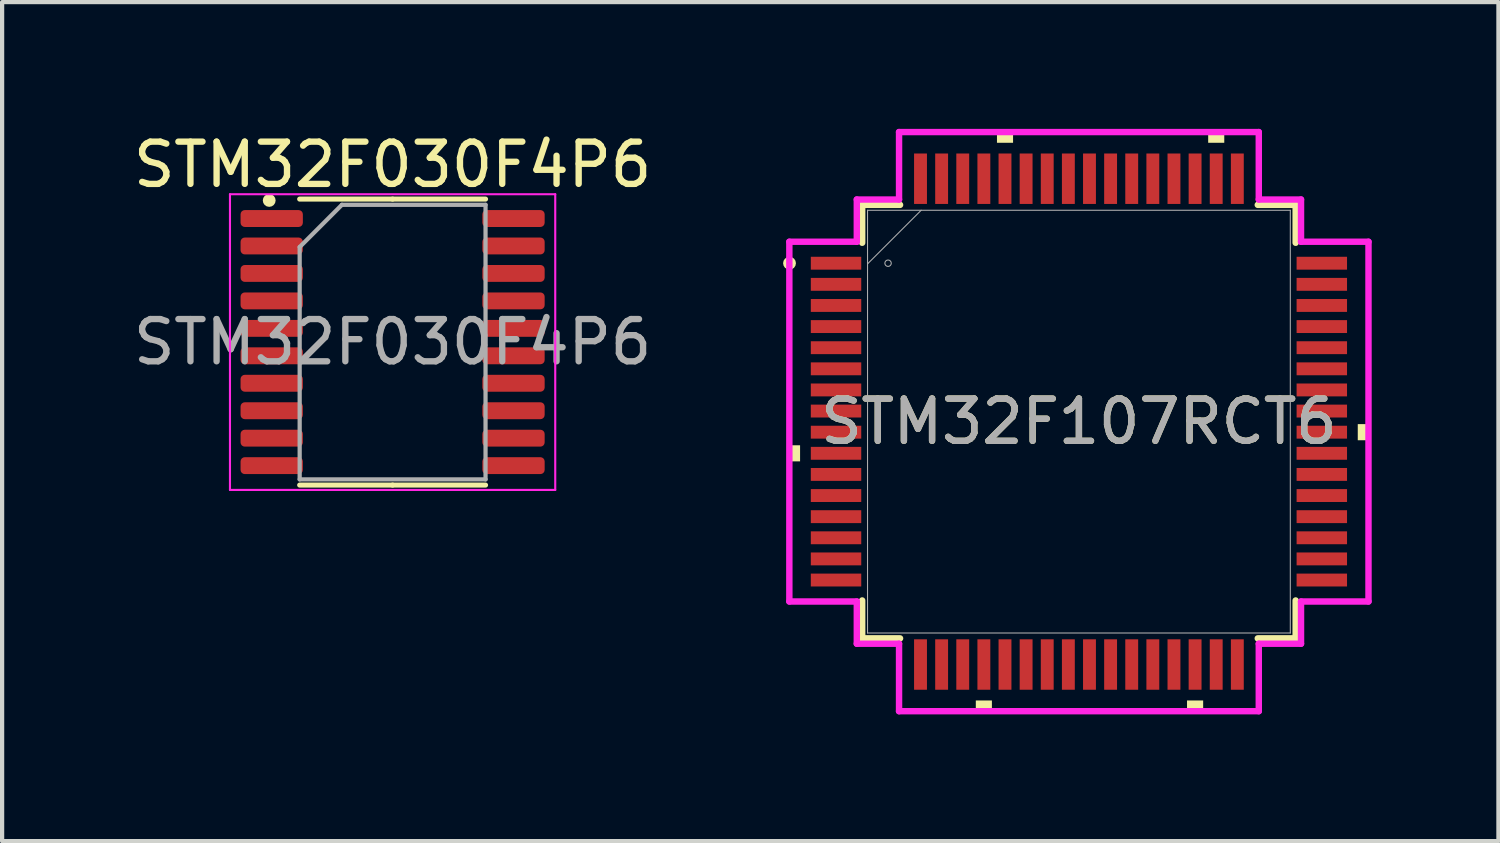
<source format=kicad_pcb>
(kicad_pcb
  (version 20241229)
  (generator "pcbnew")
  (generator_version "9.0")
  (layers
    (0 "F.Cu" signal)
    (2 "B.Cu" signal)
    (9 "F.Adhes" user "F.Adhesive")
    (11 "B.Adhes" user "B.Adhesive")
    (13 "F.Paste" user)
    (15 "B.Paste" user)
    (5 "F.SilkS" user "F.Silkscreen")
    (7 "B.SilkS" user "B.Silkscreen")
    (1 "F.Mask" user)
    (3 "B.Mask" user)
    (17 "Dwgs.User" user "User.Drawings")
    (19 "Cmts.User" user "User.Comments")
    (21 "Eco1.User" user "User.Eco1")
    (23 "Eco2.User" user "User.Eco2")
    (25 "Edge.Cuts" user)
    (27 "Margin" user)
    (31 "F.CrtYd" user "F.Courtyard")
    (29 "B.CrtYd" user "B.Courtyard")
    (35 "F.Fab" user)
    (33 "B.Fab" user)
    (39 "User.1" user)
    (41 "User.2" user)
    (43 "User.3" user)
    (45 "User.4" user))
  (footprint "STM32F030F4P6"
    (layer "F.Cu")
    (at 6.244 5.048)
    (property "Reference" "STM32F030F4P6" (at 0 -4.2 0) (layer "F.SilkS") (effects (font (size 1 1) (thickness 0.15))))
    (attr smd)
    (fp_line (start 0 -3.385) (end -2.2 -3.385) (stroke (width 0.12) (type solid)) (layer "F.SilkS"))
    (fp_line (start 0 -3.385) (end 2.2 -3.385) (stroke (width 0.12) (type solid)) (layer "F.SilkS"))
    (fp_line (start 0 3.385) (end -2.2 3.385) (stroke (width 0.12) (type solid)) (layer "F.SilkS"))
    (fp_line (start 0 3.385) (end 2.2 3.385) (stroke (width 0.12) (type solid)) (layer "F.SilkS"))
    (fp_circle (center -2.921 -3.353) (end -2.845 -3.353) (stroke (width 0.152) (type solid)) (fill no) (layer "F.SilkS"))
    (fp_line (start -3.85 -3.5) (end -3.85 3.5) (stroke (width 0.05) (type solid)) (layer "F.CrtYd"))
    (fp_line (start -3.85 3.5) (end 3.85 3.5) (stroke (width 0.05) (type solid)) (layer "F.CrtYd"))
    (fp_line (start 3.85 -3.5) (end -3.85 -3.5) (stroke (width 0.05) (type solid)) (layer "F.CrtYd"))
    (fp_line (start 3.85 3.5) (end 3.85 -3.5) (stroke (width 0.05) (type solid)) (layer "F.CrtYd"))
    (fp_line (start -2.2 -2.25) (end -1.2 -3.25) (stroke (width 0.1) (type solid)) (layer "F.Fab"))
    (fp_line (start -2.2 3.25) (end -2.2 -2.25) (stroke (width 0.1) (type solid)) (layer "F.Fab"))
    (fp_line (start -1.2 -3.25) (end 2.2 -3.25) (stroke (width 0.1) (type solid)) (layer "F.Fab"))
    (fp_line (start 2.2 -3.25) (end 2.2 3.25) (stroke (width 0.1) (type solid)) (layer "F.Fab"))
    (fp_line (start 2.2 3.25) (end -2.2 3.25) (stroke (width 0.1) (type solid)) (layer "F.Fab"))
    (fp_text user "${REFERENCE}" (at 0 0 0) (layer "F.Fab") (effects (font (size 1 1) (thickness 0.15))))
    (pad "1" smd roundrect (at -2.862 -2.925) (size 1.475 0.4) (layers "F.Cu" "F.Mask" "F.Paste") (roundrect_rratio 0.25))
    (pad "2" smd roundrect (at -2.862 -2.275) (size 1.475 0.4) (layers "F.Cu" "F.Mask" "F.Paste") (roundrect_rratio 0.25))
    (pad "3" smd roundrect (at -2.862 -1.625) (size 1.475 0.4) (layers "F.Cu" "F.Mask" "F.Paste") (roundrect_rratio 0.25))
    (pad "4" smd roundrect (at -2.862 -0.975) (size 1.475 0.4) (layers "F.Cu" "F.Mask" "F.Paste") (roundrect_rratio 0.25))
    (pad "5" smd roundrect (at -2.862 -0.325) (size 1.475 0.4) (layers "F.Cu" "F.Mask" "F.Paste") (roundrect_rratio 0.25))
    (pad "6" smd roundrect (at -2.862 0.325) (size 1.475 0.4) (layers "F.Cu" "F.Mask" "F.Paste") (roundrect_rratio 0.25))
    (pad "7" smd roundrect (at -2.862 0.975) (size 1.475 0.4) (layers "F.Cu" "F.Mask" "F.Paste") (roundrect_rratio 0.25))
    (pad "8" smd roundrect (at -2.862 1.625) (size 1.475 0.4) (layers "F.Cu" "F.Mask" "F.Paste") (roundrect_rratio 0.25))
    (pad "9" smd roundrect (at -2.862 2.275) (size 1.475 0.4) (layers "F.Cu" "F.Mask" "F.Paste") (roundrect_rratio 0.25))
    (pad "10" smd roundrect (at -2.862 2.925) (size 1.475 0.4) (layers "F.Cu" "F.Mask" "F.Paste") (roundrect_rratio 0.25))
    (pad "11" smd roundrect (at 2.862 2.925) (size 1.475 0.4) (layers "F.Cu" "F.Mask" "F.Paste") (roundrect_rratio 0.25))
    (pad "12" smd roundrect (at 2.862 2.275) (size 1.475 0.4) (layers "F.Cu" "F.Mask" "F.Paste") (roundrect_rratio 0.25))
    (pad "13" smd roundrect (at 2.862 1.625) (size 1.475 0.4) (layers "F.Cu" "F.Mask" "F.Paste") (roundrect_rratio 0.25))
    (pad "14" smd roundrect (at 2.862 0.975) (size 1.475 0.4) (layers "F.Cu" "F.Mask" "F.Paste") (roundrect_rratio 0.25))
    (pad "15" smd roundrect (at 2.862 0.325) (size 1.475 0.4) (layers "F.Cu" "F.Mask" "F.Paste") (roundrect_rratio 0.25))
    (pad "16" smd roundrect (at 2.862 -0.325) (size 1.475 0.4) (layers "F.Cu" "F.Mask" "F.Paste") (roundrect_rratio 0.25))
    (pad "17" smd roundrect (at 2.862 -0.975) (size 1.475 0.4) (layers "F.Cu" "F.Mask" "F.Paste") (roundrect_rratio 0.25))
    (pad "18" smd roundrect (at 2.862 -1.625) (size 1.475 0.4) (layers "F.Cu" "F.Mask" "F.Paste") (roundrect_rratio 0.25))
    (pad "19" smd roundrect (at 2.862 -2.275) (size 1.475 0.4) (layers "F.Cu" "F.Mask" "F.Paste") (roundrect_rratio 0.25))
    (pad "20" smd roundrect (at 2.862 -2.925) (size 1.475 0.4) (layers "F.Cu" "F.Mask" "F.Paste") (roundrect_rratio 0.25)))
  (footprint "STM32F107RCT6"
    (layer "F.Cu")
    (at 22.491 6.931)
    (property "Reference" "STM32F107RCT6" (at 0 0 0) (unlocked yes) (layer "F.SilkS") (effects (font (size 1 1) (thickness 0.15))))
    (attr smd)
    (fp_line (start -5.131 -5.131) (end -5.131 -4.234) (stroke (width 0.152) (type solid)) (layer "F.SilkS"))
    (fp_line (start -5.131 4.234) (end -5.131 5.131) (stroke (width 0.152) (type solid)) (layer "F.SilkS"))
    (fp_line (start -5.131 5.131) (end -4.234 5.131) (stroke (width 0.152) (type solid)) (layer "F.SilkS"))
    (fp_line (start -4.234 -5.131) (end -5.131 -5.131) (stroke (width 0.152) (type solid)) (layer "F.SilkS"))
    (fp_line (start 4.234 5.131) (end 5.131 5.131) (stroke (width 0.152) (type solid)) (layer "F.SilkS"))
    (fp_line (start 5.131 -5.131) (end 4.234 -5.131) (stroke (width 0.152) (type solid)) (layer "F.SilkS"))
    (fp_line (start 5.131 -4.234) (end 5.131 -5.131) (stroke (width 0.152) (type solid)) (layer "F.SilkS"))
    (fp_line (start 5.131 5.131) (end 5.131 4.234) (stroke (width 0.152) (type solid)) (layer "F.SilkS"))
    (fp_circle (center -6.851 -3.75) (end -6.775 -3.75) (stroke (width 0.152) (type solid)) (fill no) (layer "F.SilkS"))
    (fp_poly (pts (xy -6.855 0.56) (xy -6.855 0.941) (xy -6.601 0.941) (xy -6.601 0.56)) (stroke (width 0) (type solid)) (fill yes) (layer "F.SilkS"))
    (fp_poly (pts (xy -2.441 6.601) (xy -2.441 6.855) (xy -2.06 6.855) (xy -2.06 6.601)) (stroke (width 0) (type solid)) (fill yes) (layer "F.SilkS"))
    (fp_poly (pts (xy -1.94 -6.601) (xy -1.94 -6.855) (xy -1.559 -6.855) (xy -1.559 -6.601)) (stroke (width 0) (type solid)) (fill yes) (layer "F.SilkS"))
    (fp_poly (pts (xy 2.559 6.601) (xy 2.559 6.855) (xy 2.941 6.855) (xy 2.941 6.601)) (stroke (width 0) (type solid)) (fill yes) (layer "F.SilkS"))
    (fp_poly (pts (xy 3.06 -6.601) (xy 3.06 -6.855) (xy 3.441 -6.855) (xy 3.441 -6.601)) (stroke (width 0) (type solid)) (fill yes) (layer "F.SilkS"))
    (fp_poly (pts (xy 6.855 0.059) (xy 6.855 0.441) (xy 6.601 0.441) (xy 6.601 0.059)) (stroke (width 0) (type solid)) (fill yes) (layer "F.SilkS"))
    (fp_line (start -6.855 -4.258) (end -5.258 -4.258) (stroke (width 0.152) (type solid)) (layer "F.CrtYd"))
    (fp_line (start -6.855 4.258) (end -6.855 -4.258) (stroke (width 0.152) (type solid)) (layer "F.CrtYd"))
    (fp_line (start -5.258 -5.258) (end -4.258 -5.258) (stroke (width 0.152) (type solid)) (layer "F.CrtYd"))
    (fp_line (start -5.258 -4.258) (end -5.258 -5.258) (stroke (width 0.152) (type solid)) (layer "F.CrtYd"))
    (fp_line (start -5.258 4.258) (end -6.855 4.258) (stroke (width 0.152) (type solid)) (layer "F.CrtYd"))
    (fp_line (start -5.258 5.258) (end -5.258 4.258) (stroke (width 0.152) (type solid)) (layer "F.CrtYd"))
    (fp_line (start -4.258 -6.855) (end 4.258 -6.855) (stroke (width 0.152) (type solid)) (layer "F.CrtYd"))
    (fp_line (start -4.258 -5.258) (end -4.258 -6.855) (stroke (width 0.152) (type solid)) (layer "F.CrtYd"))
    (fp_line (start -4.258 5.258) (end -5.258 5.258) (stroke (width 0.152) (type solid)) (layer "F.CrtYd"))
    (fp_line (start -4.258 6.855) (end -4.258 5.258) (stroke (width 0.152) (type solid)) (layer "F.CrtYd"))
    (fp_line (start 4.258 -6.855) (end 4.258 -5.258) (stroke (width 0.152) (type solid)) (layer "F.CrtYd"))
    (fp_line (start 4.258 -5.258) (end 5.258 -5.258) (stroke (width 0.152) (type solid)) (layer "F.CrtYd"))
    (fp_line (start 4.258 5.258) (end 4.258 6.855) (stroke (width 0.152) (type solid)) (layer "F.CrtYd"))
    (fp_line (start 4.258 6.855) (end -4.258 6.855) (stroke (width 0.152) (type solid)) (layer "F.CrtYd"))
    (fp_line (start 5.258 -5.258) (end 5.258 -4.258) (stroke (width 0.152) (type solid)) (layer "F.CrtYd"))
    (fp_line (start 5.258 -4.258) (end 6.855 -4.258) (stroke (width 0.152) (type solid)) (layer "F.CrtYd"))
    (fp_line (start 5.258 4.258) (end 5.258 5.258) (stroke (width 0.152) (type solid)) (layer "F.CrtYd"))
    (fp_line (start 5.258 5.258) (end 4.258 5.258) (stroke (width 0.152) (type solid)) (layer "F.CrtYd"))
    (fp_line (start 6.855 -4.258) (end 6.855 4.258) (stroke (width 0.152) (type solid)) (layer "F.CrtYd"))
    (fp_line (start 6.855 4.258) (end 5.258 4.258) (stroke (width 0.152) (type solid)) (layer "F.CrtYd"))
    (fp_line (start -5.004 -5.004) (end -5.004 5.004) (stroke (width 0.025) (type solid)) (layer "F.Fab"))
    (fp_line (start -5.004 -3.734) (end -3.734 -5.004) (stroke (width 0.025) (type solid)) (layer "F.Fab"))
    (fp_line (start -5.004 5.004) (end 5.004 5.004) (stroke (width 0.025) (type solid)) (layer "F.Fab"))
    (fp_line (start 5.004 -5.004) (end -5.004 -5.004) (stroke (width 0.025) (type solid)) (layer "F.Fab"))
    (fp_line (start 5.004 5.004) (end 5.004 -5.004) (stroke (width 0.025) (type solid)) (layer "F.Fab"))
    (fp_circle (center -4.518 -3.75) (end -4.442 -3.75) (stroke (width 0.025) (type solid)) (fill no) (layer "F.Fab"))
    (fp_text user "${REFERENCE}" (at 0 0 0) (unlocked yes) (layer "F.Fab") (effects (font (size 1 1) (thickness 0.15))))
    (pad "1" smd rect (at -5.75 -3.75) (size 1.194 0.305) (layers "F.Cu" "F.Mask" "F.Paste"))
    (pad "2" smd rect (at -5.75 -3.25) (size 1.194 0.305) (layers "F.Cu" "F.Mask" "F.Paste"))
    (pad "3" smd rect (at -5.75 -2.75) (size 1.194 0.305) (layers "F.Cu" "F.Mask" "F.Paste"))
    (pad "4" smd rect (at -5.75 -2.25) (size 1.194 0.305) (layers "F.Cu" "F.Mask" "F.Paste"))
    (pad "5" smd rect (at -5.75 -1.75) (size 1.194 0.305) (layers "F.Cu" "F.Mask" "F.Paste"))
    (pad "6" smd rect (at -5.75 -1.25) (size 1.194 0.305) (layers "F.Cu" "F.Mask" "F.Paste"))
    (pad "7" smd rect (at -5.75 -0.75) (size 1.194 0.305) (layers "F.Cu" "F.Mask" "F.Paste"))
    (pad "8" smd rect (at -5.75 -0.25) (size 1.194 0.305) (layers "F.Cu" "F.Mask" "F.Paste"))
    (pad "9" smd rect (at -5.75 0.25) (size 1.194 0.305) (layers "F.Cu" "F.Mask" "F.Paste"))
    (pad "10" smd rect (at -5.75 0.75) (size 1.194 0.305) (layers "F.Cu" "F.Mask" "F.Paste"))
    (pad "11" smd rect (at -5.75 1.25) (size 1.194 0.305) (layers "F.Cu" "F.Mask" "F.Paste"))
    (pad "12" smd rect (at -5.75 1.75) (size 1.194 0.305) (layers "F.Cu" "F.Mask" "F.Paste"))
    (pad "13" smd rect (at -5.75 2.25) (size 1.194 0.305) (layers "F.Cu" "F.Mask" "F.Paste"))
    (pad "14" smd rect (at -5.75 2.75) (size 1.194 0.305) (layers "F.Cu" "F.Mask" "F.Paste"))
    (pad "15" smd rect (at -5.75 3.25) (size 1.194 0.305) (layers "F.Cu" "F.Mask" "F.Paste"))
    (pad "16" smd rect (at -5.75 3.75) (size 1.194 0.305) (layers "F.Cu" "F.Mask" "F.Paste"))
    (pad "17" smd rect (at -3.75 5.75 90) (size 1.194 0.305) (layers "F.Cu" "F.Mask" "F.Paste"))
    (pad "18" smd rect (at -3.25 5.75 90) (size 1.194 0.305) (layers "F.Cu" "F.Mask" "F.Paste"))
    (pad "19" smd rect (at -2.75 5.75 90) (size 1.194 0.305) (layers "F.Cu" "F.Mask" "F.Paste"))
    (pad "20" smd rect (at -2.25 5.75 90) (size 1.194 0.305) (layers "F.Cu" "F.Mask" "F.Paste"))
    (pad "21" smd rect (at -1.75 5.75 90) (size 1.194 0.305) (layers "F.Cu" "F.Mask" "F.Paste"))
    (pad "22" smd rect (at -1.25 5.75 90) (size 1.194 0.305) (layers "F.Cu" "F.Mask" "F.Paste"))
    (pad "23" smd rect (at -0.75 5.75 90) (size 1.194 0.305) (layers "F.Cu" "F.Mask" "F.Paste"))
    (pad "24" smd rect (at -0.25 5.75 90) (size 1.194 0.305) (layers "F.Cu" "F.Mask" "F.Paste"))
    (pad "25" smd rect (at 0.25 5.75 90) (size 1.194 0.305) (layers "F.Cu" "F.Mask" "F.Paste"))
    (pad "26" smd rect (at 0.75 5.75 90) (size 1.194 0.305) (layers "F.Cu" "F.Mask" "F.Paste"))
    (pad "27" smd rect (at 1.25 5.75 90) (size 1.194 0.305) (layers "F.Cu" "F.Mask" "F.Paste"))
    (pad "28" smd rect (at 1.75 5.75 90) (size 1.194 0.305) (layers "F.Cu" "F.Mask" "F.Paste"))
    (pad "29" smd rect (at 2.25 5.75 90) (size 1.194 0.305) (layers "F.Cu" "F.Mask" "F.Paste"))
    (pad "30" smd rect (at 2.75 5.75 90) (size 1.194 0.305) (layers "F.Cu" "F.Mask" "F.Paste"))
    (pad "31" smd rect (at 3.25 5.75 90) (size 1.194 0.305) (layers "F.Cu" "F.Mask" "F.Paste"))
    (pad "32" smd rect (at 3.75 5.75 90) (size 1.194 0.305) (layers "F.Cu" "F.Mask" "F.Paste"))
    (pad "33" smd rect (at 5.75 3.75) (size 1.194 0.305) (layers "F.Cu" "F.Mask" "F.Paste"))
    (pad "34" smd rect (at 5.75 3.25) (size 1.194 0.305) (layers "F.Cu" "F.Mask" "F.Paste"))
    (pad "35" smd rect (at 5.75 2.75) (size 1.194 0.305) (layers "F.Cu" "F.Mask" "F.Paste"))
    (pad "36" smd rect (at 5.75 2.25) (size 1.194 0.305) (layers "F.Cu" "F.Mask" "F.Paste"))
    (pad "37" smd rect (at 5.75 1.75) (size 1.194 0.305) (layers "F.Cu" "F.Mask" "F.Paste"))
    (pad "38" smd rect (at 5.75 1.25) (size 1.194 0.305) (layers "F.Cu" "F.Mask" "F.Paste"))
    (pad "39" smd rect (at 5.75 0.75) (size 1.194 0.305) (layers "F.Cu" "F.Mask" "F.Paste"))
    (pad "40" smd rect (at 5.75 0.25) (size 1.194 0.305) (layers "F.Cu" "F.Mask" "F.Paste"))
    (pad "41" smd rect (at 5.75 -0.25) (size 1.194 0.305) (layers "F.Cu" "F.Mask" "F.Paste"))
    (pad "42" smd rect (at 5.75 -0.75) (size 1.194 0.305) (layers "F.Cu" "F.Mask" "F.Paste"))
    (pad "43" smd rect (at 5.75 -1.25) (size 1.194 0.305) (layers "F.Cu" "F.Mask" "F.Paste"))
    (pad "44" smd rect (at 5.75 -1.75) (size 1.194 0.305) (layers "F.Cu" "F.Mask" "F.Paste"))
    (pad "45" smd rect (at 5.75 -2.25) (size 1.194 0.305) (layers "F.Cu" "F.Mask" "F.Paste"))
    (pad "46" smd rect (at 5.75 -2.75) (size 1.194 0.305) (layers "F.Cu" "F.Mask" "F.Paste"))
    (pad "47" smd rect (at 5.75 -3.25) (size 1.194 0.305) (layers "F.Cu" "F.Mask" "F.Paste"))
    (pad "48" smd rect (at 5.75 -3.75) (size 1.194 0.305) (layers "F.Cu" "F.Mask" "F.Paste"))
    (pad "49" smd rect (at 3.75 -5.75 90) (size 1.194 0.305) (layers "F.Cu" "F.Mask" "F.Paste"))
    (pad "50" smd rect (at 3.25 -5.75 90) (size 1.194 0.305) (layers "F.Cu" "F.Mask" "F.Paste"))
    (pad "51" smd rect (at 2.75 -5.75 90) (size 1.194 0.305) (layers "F.Cu" "F.Mask" "F.Paste"))
    (pad "52" smd rect (at 2.25 -5.75 90) (size 1.194 0.305) (layers "F.Cu" "F.Mask" "F.Paste"))
    (pad "53" smd rect (at 1.75 -5.75 90) (size 1.194 0.305) (layers "F.Cu" "F.Mask" "F.Paste"))
    (pad "54" smd rect (at 1.25 -5.75 90) (size 1.194 0.305) (layers "F.Cu" "F.Mask" "F.Paste"))
    (pad "55" smd rect (at 0.75 -5.75 90) (size 1.194 0.305) (layers "F.Cu" "F.Mask" "F.Paste"))
    (pad "56" smd rect (at 0.25 -5.75 90) (size 1.194 0.305) (layers "F.Cu" "F.Mask" "F.Paste"))
    (pad "57" smd rect (at -0.25 -5.75 90) (size 1.194 0.305) (layers "F.Cu" "F.Mask" "F.Paste"))
    (pad "58" smd rect (at -0.75 -5.75 90) (size 1.194 0.305) (layers "F.Cu" "F.Mask" "F.Paste"))
    (pad "59" smd rect (at -1.25 -5.75 90) (size 1.194 0.305) (layers "F.Cu" "F.Mask" "F.Paste"))
    (pad "60" smd rect (at -1.75 -5.75 90) (size 1.194 0.305) (layers "F.Cu" "F.Mask" "F.Paste"))
    (pad "61" smd rect (at -2.25 -5.75 90) (size 1.194 0.305) (layers "F.Cu" "F.Mask" "F.Paste"))
    (pad "62" smd rect (at -2.75 -5.75 90) (size 1.194 0.305) (layers "F.Cu" "F.Mask" "F.Paste"))
    (pad "63" smd rect (at -3.25 -5.75 90) (size 1.194 0.305) (layers "F.Cu" "F.Mask" "F.Paste"))
    (pad "64" smd rect (at -3.75 -5.75 90) (size 1.194 0.305) (layers "F.Cu" "F.Mask" "F.Paste")))
  (gr_rect
    (start -3 -3)
    (end 32.422 16.862)
    (stroke (width 0.1) (type default))
    (fill no)
    (layer "Edge.Cuts")))
</source>
